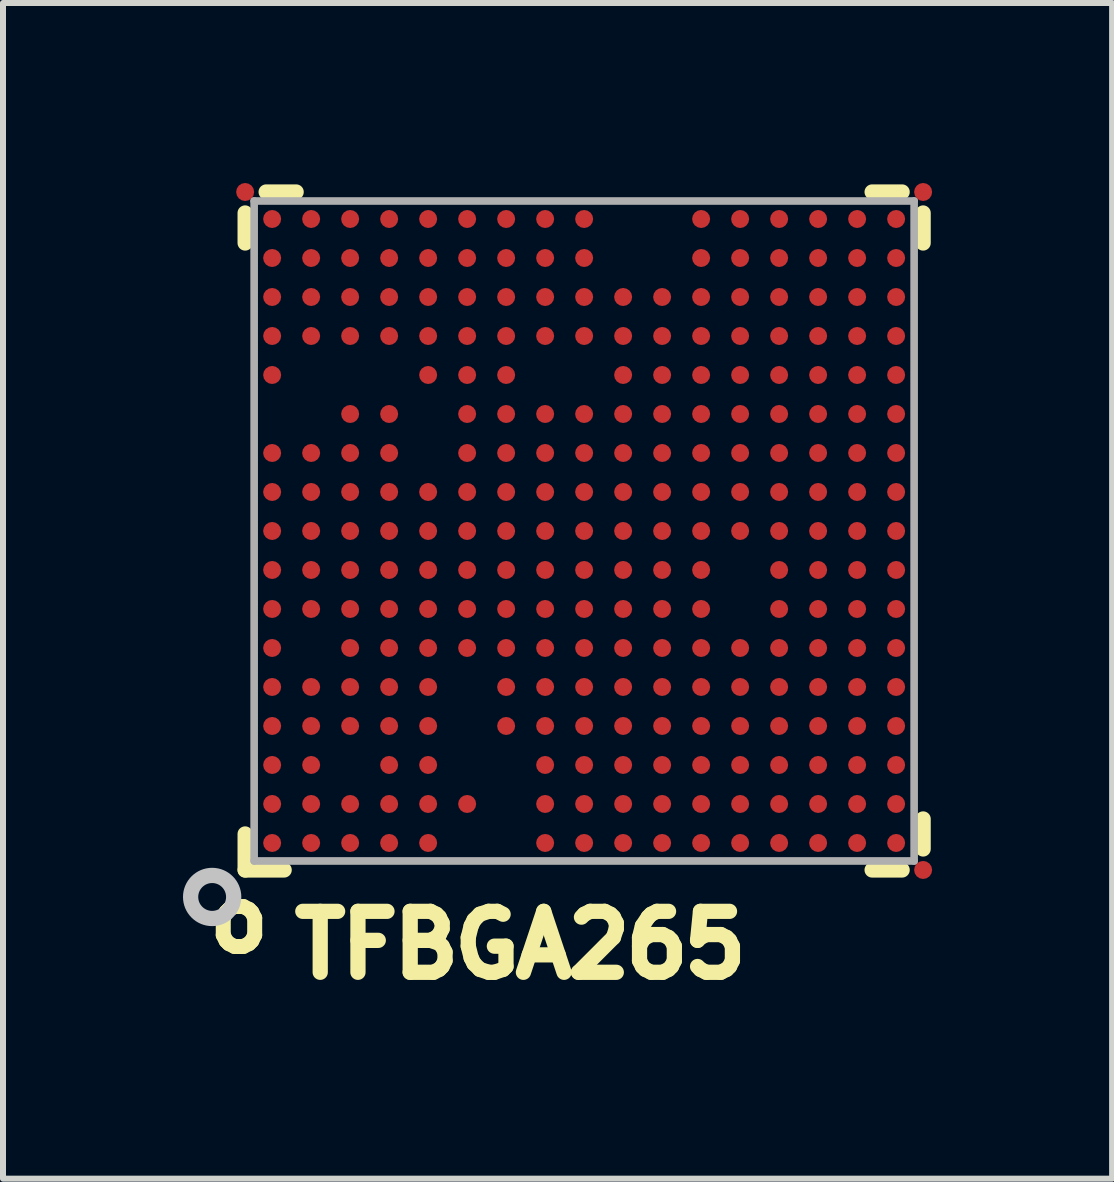
<source format=kicad_pcb>
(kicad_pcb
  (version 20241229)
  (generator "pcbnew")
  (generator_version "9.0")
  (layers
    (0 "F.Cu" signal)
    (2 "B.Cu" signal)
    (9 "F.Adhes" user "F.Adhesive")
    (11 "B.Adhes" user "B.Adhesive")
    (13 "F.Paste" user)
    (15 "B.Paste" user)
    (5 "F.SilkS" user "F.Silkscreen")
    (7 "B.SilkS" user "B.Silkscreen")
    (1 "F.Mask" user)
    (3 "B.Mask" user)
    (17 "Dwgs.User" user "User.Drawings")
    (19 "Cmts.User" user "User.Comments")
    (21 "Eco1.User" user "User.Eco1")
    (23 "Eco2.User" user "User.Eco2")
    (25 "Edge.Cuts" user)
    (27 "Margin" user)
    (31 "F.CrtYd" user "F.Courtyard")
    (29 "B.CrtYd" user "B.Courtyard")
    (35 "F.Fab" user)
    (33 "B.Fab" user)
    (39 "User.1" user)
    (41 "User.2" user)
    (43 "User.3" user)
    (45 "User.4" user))
  (footprint "TFBGA265"
    (layer "F.Cu")
    (at 6.686 5.8)
    (property "Reference" "TFBGA265" (at -4.953 7.493 180) (layer "F.SilkS") (effects (font (size 1.016 1.016) (thickness 0.254)) (justify left bottom)))
    (attr smd)
    (fp_line (start -5.65 -4.8) (end -5.65 -5.3) (stroke (width 0.254) (type solid)) (layer "F.SilkS"))
    (fp_line (start -5.65 5.05) (end -5.65 5.65) (stroke (width 0.254) (type solid)) (layer "F.SilkS"))
    (fp_line (start -5.3 -5.65) (end -4.8 -5.65) (stroke (width 0.254) (type solid)) (layer "F.SilkS"))
    (fp_line (start -5 5.65) (end -5.65 5.65) (stroke (width 0.254) (type solid)) (layer "F.SilkS"))
    (fp_line (start 4.8 -5.65) (end 5.3 -5.65) (stroke (width 0.254) (type solid)) (layer "F.SilkS"))
    (fp_line (start 5.3 5.65) (end 4.8 5.65) (stroke (width 0.254) (type solid)) (layer "F.SilkS"))
    (fp_line (start 5.65 -4.8) (end 5.65 -5.3) (stroke (width 0.254) (type solid)) (layer "F.SilkS"))
    (fp_line (start 5.65 5.3) (end 5.65 4.8) (stroke (width 0.254) (type solid)) (layer "F.SilkS"))
    (fp_circle (center -6.2 6.1) (end -5.841 6.1) (stroke (width 0.254) (type solid)) (fill no) (layer "Dwgs.User"))
    (fp_line (start -5.5 -5.5) (end -5.5 5.5) (stroke (width 0.127) (type solid)) (layer "F.Fab"))
    (fp_line (start -5.5 5.5) (end 5.5 5.5) (stroke (width 0.127) (type solid)) (layer "F.Fab"))
    (fp_line (start 5.5 -5.5) (end -5.5 -5.5) (stroke (width 0.127) (type solid)) (layer "F.Fab"))
    (fp_line (start 5.5 5.5) (end 5.5 -5.5) (stroke (width 0.127) (type solid)) (layer "F.Fab"))
    (fp_text user "o" (at -5.753 6.476 180) (layer "F.SilkS") (effects (font (size 1 1) (thickness 0.25))))
    (pad "" smd rect (at -5.2 -5.2 90) (size 0.33 0.33) (layers "F.Paste"))
    (pad "" smd rect (at -5.2 -4.55 90) (size 0.33 0.33) (layers "F.Paste"))
    (pad "" smd rect (at -5.2 -3.9 90) (size 0.33 0.33) (layers "F.Paste"))
    (pad "" smd rect (at -5.2 -3.25 90) (size 0.33 0.33) (layers "F.Paste"))
    (pad "" smd rect (at -5.2 -2.6 90) (size 0.33 0.33) (layers "F.Paste"))
    (pad "" smd rect (at -5.2 -1.3 90) (size 0.33 0.33) (layers "F.Paste"))
    (pad "" smd rect (at -5.2 -0.65 90) (size 0.33 0.33) (layers "F.Paste"))
    (pad "" smd rect (at -5.2 0 90) (size 0.33 0.33) (layers "F.Paste"))
    (pad "" smd rect (at -5.2 0.65 90) (size 0.33 0.33) (layers "F.Paste"))
    (pad "" smd rect (at -5.2 1.3 90) (size 0.33 0.33) (layers "F.Paste"))
    (pad "" smd rect (at -5.2 1.95 90) (size 0.33 0.33) (layers "F.Paste"))
    (pad "" smd rect (at -5.2 2.6 90) (size 0.33 0.33) (layers "F.Paste"))
    (pad "" smd rect (at -5.2 3.25 90) (size 0.33 0.33) (layers "F.Paste"))
    (pad "" smd rect (at -5.2 3.9 90) (size 0.33 0.33) (layers "F.Paste"))
    (pad "" smd rect (at -5.2 4.55 90) (size 0.33 0.33) (layers "F.Paste"))
    (pad "" smd rect (at -5.2 5.2 90) (size 0.33 0.33) (layers "F.Paste"))
    (pad "" smd rect (at -4.55 -5.2 90) (size 0.33 0.33) (layers "F.Paste"))
    (pad "" smd rect (at -4.55 -4.55 90) (size 0.33 0.33) (layers "F.Paste"))
    (pad "" smd rect (at -4.55 -3.9 90) (size 0.33 0.33) (layers "F.Paste"))
    (pad "" smd rect (at -4.55 -3.25 90) (size 0.33 0.33) (layers "F.Paste"))
    (pad "" smd rect (at -4.55 -1.3 90) (size 0.33 0.33) (layers "F.Paste"))
    (pad "" smd rect (at -4.55 -0.65 90) (size 0.33 0.33) (layers "F.Paste"))
    (pad "" smd rect (at -4.55 0 90) (size 0.33 0.33) (layers "F.Paste"))
    (pad "" smd rect (at -4.55 0.65 90) (size 0.33 0.33) (layers "F.Paste"))
    (pad "" smd rect (at -4.55 1.3 90) (size 0.33 0.33) (layers "F.Paste"))
    (pad "" smd rect (at -4.55 2.6 90) (size 0.33 0.33) (layers "F.Paste"))
    (pad "" smd rect (at -4.55 3.25 90) (size 0.33 0.33) (layers "F.Paste"))
    (pad "" smd rect (at -4.55 3.9 90) (size 0.33 0.33) (layers "F.Paste"))
    (pad "" smd rect (at -4.55 4.55 90) (size 0.33 0.33) (layers "F.Paste"))
    (pad "" smd rect (at -4.55 5.2 90) (size 0.33 0.33) (layers "F.Paste"))
    (pad "" smd rect (at -3.9 -5.2 90) (size 0.33 0.33) (layers "F.Paste"))
    (pad "" smd rect (at -3.9 -4.55 90) (size 0.33 0.33) (layers "F.Paste"))
    (pad "" smd rect (at -3.9 -3.9 90) (size 0.33 0.33) (layers "F.Paste"))
    (pad "" smd rect (at -3.9 -3.25 90) (size 0.33 0.33) (layers "F.Paste"))
    (pad "" smd rect (at -3.9 -1.95 90) (size 0.33 0.33) (layers "F.Paste"))
    (pad "" smd rect (at -3.9 -1.3 90) (size 0.33 0.33) (layers "F.Paste"))
    (pad "" smd rect (at -3.9 -0.65 90) (size 0.33 0.33) (layers "F.Paste"))
    (pad "" smd rect (at -3.9 0 90) (size 0.33 0.33) (layers "F.Paste"))
    (pad "" smd rect (at -3.9 0.65 90) (size 0.33 0.33) (layers "F.Paste"))
    (pad "" smd rect (at -3.9 1.3 90) (size 0.33 0.33) (layers "F.Paste"))
    (pad "" smd rect (at -3.9 1.95 90) (size 0.33 0.33) (layers "F.Paste"))
    (pad "" smd rect (at -3.9 2.6 90) (size 0.33 0.33) (layers "F.Paste"))
    (pad "" smd rect (at -3.9 3.25 90) (size 0.33 0.33) (layers "F.Paste"))
    (pad "" smd rect (at -3.9 4.55 90) (size 0.33 0.33) (layers "F.Paste"))
    (pad "" smd rect (at -3.9 5.2 90) (size 0.33 0.33) (layers "F.Paste"))
    (pad "" smd rect (at -3.25 -5.2 90) (size 0.33 0.33) (layers "F.Paste"))
    (pad "" smd rect (at -3.25 -4.55 90) (size 0.33 0.33) (layers "F.Paste"))
    (pad "" smd rect (at -3.25 -3.9 90) (size 0.33 0.33) (layers "F.Paste"))
    (pad "" smd rect (at -3.25 -3.25 90) (size 0.33 0.33) (layers "F.Paste"))
    (pad "" smd rect (at -3.25 -1.95 90) (size 0.33 0.33) (layers "F.Paste"))
    (pad "" smd rect (at -3.25 -1.3 90) (size 0.33 0.33) (layers "F.Paste"))
    (pad "" smd rect (at -3.25 -0.65 90) (size 0.33 0.33) (layers "F.Paste"))
    (pad "" smd rect (at -3.25 0 90) (size 0.33 0.33) (layers "F.Paste"))
    (pad "" smd rect (at -3.25 0.65 90) (size 0.33 0.33) (layers "F.Paste"))
    (pad "" smd rect (at -3.25 1.3 90) (size 0.33 0.33) (layers "F.Paste"))
    (pad "" smd rect (at -3.25 1.95 90) (size 0.33 0.33) (layers "F.Paste"))
    (pad "" smd rect (at -3.25 2.6 90) (size 0.33 0.33) (layers "F.Paste"))
    (pad "" smd rect (at -3.25 3.25 90) (size 0.33 0.33) (layers "F.Paste"))
    (pad "" smd rect (at -3.25 3.9 90) (size 0.33 0.33) (layers "F.Paste"))
    (pad "" smd rect (at -3.25 4.55 90) (size 0.33 0.33) (layers "F.Paste"))
    (pad "" smd rect (at -3.25 5.2 90) (size 0.33 0.33) (layers "F.Paste"))
    (pad "" smd rect (at -2.6 -5.2 90) (size 0.33 0.33) (layers "F.Paste"))
    (pad "" smd rect (at -2.6 -4.55 90) (size 0.33 0.33) (layers "F.Paste"))
    (pad "" smd rect (at -2.6 -3.9 90) (size 0.33 0.33) (layers "F.Paste"))
    (pad "" smd rect (at -2.6 -3.25 90) (size 0.33 0.33) (layers "F.Paste"))
    (pad "" smd rect (at -2.6 -2.6 90) (size 0.33 0.33) (layers "F.Paste"))
    (pad "" smd rect (at -2.6 -0.65 90) (size 0.33 0.33) (layers "F.Paste"))
    (pad "" smd rect (at -2.6 0 90) (size 0.33 0.33) (layers "F.Paste"))
    (pad "" smd rect (at -2.6 0.65 90) (size 0.33 0.33) (layers "F.Paste"))
    (pad "" smd rect (at -2.6 1.3 90) (size 0.33 0.33) (layers "F.Paste"))
    (pad "" smd rect (at -2.6 1.95 90) (size 0.33 0.33) (layers "F.Paste"))
    (pad "" smd rect (at -2.6 2.6 90) (size 0.33 0.33) (layers "F.Paste"))
    (pad "" smd rect (at -2.6 3.25 90) (size 0.33 0.33) (layers "F.Paste"))
    (pad "" smd rect (at -2.6 3.9 90) (size 0.33 0.33) (layers "F.Paste"))
    (pad "" smd rect (at -2.6 4.55 90) (size 0.33 0.33) (layers "F.Paste"))
    (pad "" smd rect (at -2.6 5.2 90) (size 0.33 0.33) (layers "F.Paste"))
    (pad "" smd rect (at -1.95 -5.2 90) (size 0.33 0.33) (layers "F.Paste"))
    (pad "" smd rect (at -1.95 -4.55 90) (size 0.33 0.33) (layers "F.Paste"))
    (pad "" smd rect (at -1.95 -3.9 90) (size 0.33 0.33) (layers "F.Paste"))
    (pad "" smd rect (at -1.95 -3.25 90) (size 0.33 0.33) (layers "F.Paste"))
    (pad "" smd rect (at -1.95 -2.6 90) (size 0.33 0.33) (layers "F.Paste"))
    (pad "" smd rect (at -1.95 -1.95 90) (size 0.33 0.33) (layers "F.Paste"))
    (pad "" smd rect (at -1.95 -1.3 90) (size 0.33 0.33) (layers "F.Paste"))
    (pad "" smd rect (at -1.95 -0.65 90) (size 0.33 0.33) (layers "F.Paste"))
    (pad "" smd rect (at -1.95 0 90) (size 0.33 0.33) (layers "F.Paste"))
    (pad "" smd rect (at -1.95 0.65 90) (size 0.33 0.33) (layers "F.Paste"))
    (pad "" smd rect (at -1.95 1.3 90) (size 0.33 0.33) (layers "F.Paste"))
    (pad "" smd rect (at -1.95 1.95 90) (size 0.33 0.33) (layers "F.Paste"))
    (pad "" smd rect (at -1.95 4.55 90) (size 0.33 0.33) (layers "F.Paste"))
    (pad "" smd rect (at -1.3 -5.2 90) (size 0.33 0.33) (layers "F.Paste"))
    (pad "" smd rect (at -1.3 -4.55 90) (size 0.33 0.33) (layers "F.Paste"))
    (pad "" smd rect (at -1.3 -3.9 90) (size 0.33 0.33) (layers "F.Paste"))
    (pad "" smd rect (at -1.3 -3.25 90) (size 0.33 0.33) (layers "F.Paste"))
    (pad "" smd rect (at -1.3 -2.6 90) (size 0.33 0.33) (layers "F.Paste"))
    (pad "" smd rect (at -1.3 -1.95 90) (size 0.33 0.33) (layers "F.Paste"))
    (pad "" smd rect (at -1.3 -1.3 90) (size 0.33 0.33) (layers "F.Paste"))
    (pad "" smd rect (at -1.3 -0.65 90) (size 0.33 0.33) (layers "F.Paste"))
    (pad "" smd rect (at -1.3 0 90) (size 0.33 0.33) (layers "F.Paste"))
    (pad "" smd rect (at -1.3 0.65 90) (size 0.33 0.33) (layers "F.Paste"))
    (pad "" smd rect (at -1.3 1.3 90) (size 0.33 0.33) (layers "F.Paste"))
    (pad "" smd rect (at -1.3 1.95 90) (size 0.33 0.33) (layers "F.Paste"))
    (pad "" smd rect (at -1.3 2.6 90) (size 0.33 0.33) (layers "F.Paste"))
    (pad "" smd rect (at -1.3 3.25 90) (size 0.33 0.33) (layers "F.Paste"))
    (pad "" smd rect (at -0.65 -5.2 90) (size 0.33 0.33) (layers "F.Paste"))
    (pad "" smd rect (at -0.65 -4.55 90) (size 0.33 0.33) (layers "F.Paste"))
    (pad "" smd rect (at -0.65 -3.9 90) (size 0.33 0.33) (layers "F.Paste"))
    (pad "" smd rect (at -0.65 -3.25 90) (size 0.33 0.33) (layers "F.Paste"))
    (pad "" smd rect (at -0.65 -1.95 90) (size 0.33 0.33) (layers "F.Paste"))
    (pad "" smd rect (at -0.65 -1.3 90) (size 0.33 0.33) (layers "F.Paste"))
    (pad "" smd rect (at -0.65 -0.65 90) (size 0.33 0.33) (layers "F.Paste"))
    (pad "" smd rect (at -0.65 0 90) (size 0.33 0.33) (layers "F.Paste"))
    (pad "" smd rect (at -0.65 0.65 90) (size 0.33 0.33) (layers "F.Paste"))
    (pad "" smd rect (at -0.65 1.3 90) (size 0.33 0.33) (layers "F.Paste"))
    (pad "" smd rect (at -0.65 1.95 90) (size 0.33 0.33) (layers "F.Paste"))
    (pad "" smd rect (at -0.65 2.6 90) (size 0.33 0.33) (layers "F.Paste"))
    (pad "" smd rect (at -0.65 3.25 90) (size 0.33 0.33) (layers "F.Paste"))
    (pad "" smd rect (at -0.65 3.9 90) (size 0.33 0.33) (layers "F.Paste"))
    (pad "" smd rect (at -0.65 4.55 90) (size 0.33 0.33) (layers "F.Paste"))
    (pad "" smd rect (at -0.65 5.2 90) (size 0.33 0.33) (layers "F.Paste"))
    (pad "" smd rect (at 0 -5.2 90) (size 0.33 0.33) (layers "F.Paste"))
    (pad "" smd rect (at 0 -4.55 90) (size 0.33 0.33) (layers "F.Paste"))
    (pad "" smd rect (at 0 -3.9 90) (size 0.33 0.33) (layers "F.Paste"))
    (pad "" smd rect (at 0 -3.25 90) (size 0.33 0.33) (layers "F.Paste"))
    (pad "" smd rect (at 0 -1.95 90) (size 0.33 0.33) (layers "F.Paste"))
    (pad "" smd rect (at 0 -1.3 90) (size 0.33 0.33) (layers "F.Paste"))
    (pad "" smd rect (at 0 -0.65 90) (size 0.33 0.33) (layers "F.Paste"))
    (pad "" smd rect (at 0 0 90) (size 0.33 0.33) (layers "F.Paste"))
    (pad "" smd rect (at 0 0.65 90) (size 0.33 0.33) (layers "F.Paste"))
    (pad "" smd rect (at 0 1.3 90) (size 0.33 0.33) (layers "F.Paste"))
    (pad "" smd rect (at 0 1.95 90) (size 0.33 0.33) (layers "F.Paste"))
    (pad "" smd rect (at 0 2.6 90) (size 0.33 0.33) (layers "F.Paste"))
    (pad "" smd rect (at 0 3.25 90) (size 0.33 0.33) (layers "F.Paste"))
    (pad "" smd rect (at 0 3.9 90) (size 0.33 0.33) (layers "F.Paste"))
    (pad "" smd rect (at 0 4.55 90) (size 0.33 0.33) (layers "F.Paste"))
    (pad "" smd rect (at 0 5.2 90) (size 0.33 0.33) (layers "F.Paste"))
    (pad "" smd rect (at 0.65 -3.9 90) (size 0.33 0.33) (layers "F.Paste"))
    (pad "" smd rect (at 0.65 -3.25 90) (size 0.33 0.33) (layers "F.Paste"))
    (pad "" smd rect (at 0.65 -2.6 90) (size 0.33 0.33) (layers "F.Paste"))
    (pad "" smd rect (at 0.65 -1.95 90) (size 0.33 0.33) (layers "F.Paste"))
    (pad "" smd rect (at 0.65 -1.3 90) (size 0.33 0.33) (layers "F.Paste"))
    (pad "" smd rect (at 0.65 -0.65 90) (size 0.33 0.33) (layers "F.Paste"))
    (pad "" smd rect (at 0.65 0 90) (size 0.33 0.33) (layers "F.Paste"))
    (pad "" smd rect (at 0.65 0.65 90) (size 0.33 0.33) (layers "F.Paste"))
    (pad "" smd rect (at 0.65 1.3 90) (size 0.33 0.33) (layers "F.Paste"))
    (pad "" smd rect (at 0.65 1.95 90) (size 0.33 0.33) (layers "F.Paste"))
    (pad "" smd rect (at 0.65 2.6 90) (size 0.33 0.33) (layers "F.Paste"))
    (pad "" smd rect (at 0.65 3.25 90) (size 0.33 0.33) (layers "F.Paste"))
    (pad "" smd rect (at 0.65 3.9 90) (size 0.33 0.33) (layers "F.Paste"))
    (pad "" smd rect (at 0.65 4.55 90) (size 0.33 0.33) (layers "F.Paste"))
    (pad "" smd rect (at 0.65 5.2 90) (size 0.33 0.33) (layers "F.Paste"))
    (pad "" smd rect (at 1.3 -3.9 90) (size 0.33 0.33) (layers "F.Paste"))
    (pad "" smd rect (at 1.3 -3.25 90) (size 0.33 0.33) (layers "F.Paste"))
    (pad "" smd rect (at 1.3 -2.6 90) (size 0.33 0.33) (layers "F.Paste"))
    (pad "" smd rect (at 1.3 -1.95 90) (size 0.33 0.33) (layers "F.Paste"))
    (pad "" smd rect (at 1.3 -1.3 90) (size 0.33 0.33) (layers "F.Paste"))
    (pad "" smd rect (at 1.3 -0.65 90) (size 0.33 0.33) (layers "F.Paste"))
    (pad "" smd rect (at 1.3 0 90) (size 0.33 0.33) (layers "F.Paste"))
    (pad "" smd rect (at 1.3 0.65 90) (size 0.33 0.33) (layers "F.Paste"))
    (pad "" smd rect (at 1.3 1.3 90) (size 0.33 0.33) (layers "F.Paste"))
    (pad "" smd rect (at 1.3 1.95 90) (size 0.33 0.33) (layers "F.Paste"))
    (pad "" smd rect (at 1.3 2.6 90) (size 0.33 0.33) (layers "F.Paste"))
    (pad "" smd rect (at 1.3 3.25 90) (size 0.33 0.33) (layers "F.Paste"))
    (pad "" smd rect (at 1.3 3.9 90) (size 0.33 0.33) (layers "F.Paste"))
    (pad "" smd rect (at 1.3 4.55 90) (size 0.33 0.33) (layers "F.Paste"))
    (pad "" smd rect (at 1.3 5.2 90) (size 0.33 0.33) (layers "F.Paste"))
    (pad "" smd rect (at 1.95 -5.2 90) (size 0.33 0.33) (layers "F.Paste"))
    (pad "" smd rect (at 1.95 -4.55 90) (size 0.33 0.33) (layers "F.Paste"))
    (pad "" smd rect (at 1.95 -3.9 90) (size 0.33 0.33) (layers "F.Paste"))
    (pad "" smd rect (at 1.95 -3.25 90) (size 0.33 0.33) (layers "F.Paste"))
    (pad "" smd rect (at 1.95 -2.6 90) (size 0.33 0.33) (layers "F.Paste"))
    (pad "" smd rect (at 1.95 -1.95 90) (size 0.33 0.33) (layers "F.Paste"))
    (pad "" smd rect (at 1.95 -1.3 90) (size 0.33 0.33) (layers "F.Paste"))
    (pad "" smd rect (at 1.95 -0.65 90) (size 0.33 0.33) (layers "F.Paste"))
    (pad "" smd rect (at 1.95 0 90) (size 0.33 0.33) (layers "F.Paste"))
    (pad "" smd rect (at 1.95 0.65 90) (size 0.33 0.33) (layers "F.Paste"))
    (pad "" smd rect (at 1.95 1.3 90) (size 0.33 0.33) (layers "F.Paste"))
    (pad "" smd rect (at 1.95 1.95 90) (size 0.33 0.33) (layers "F.Paste"))
    (pad "" smd rect (at 1.95 2.6 90) (size 0.33 0.33) (layers "F.Paste"))
    (pad "" smd rect (at 1.95 3.25 90) (size 0.33 0.33) (layers "F.Paste"))
    (pad "" smd rect (at 1.95 3.9 90) (size 0.33 0.33) (layers "F.Paste"))
    (pad "" smd rect (at 1.95 4.55 90) (size 0.33 0.33) (layers "F.Paste"))
    (pad "" smd rect (at 1.95 5.2 90) (size 0.33 0.33) (layers "F.Paste"))
    (pad "" smd rect (at 2.6 -5.2 90) (size 0.33 0.33) (layers "F.Paste"))
    (pad "" smd rect (at 2.6 -4.55 90) (size 0.33 0.33) (layers "F.Paste"))
    (pad "" smd rect (at 2.6 -3.9 90) (size 0.33 0.33) (layers "F.Paste"))
    (pad "" smd rect (at 2.6 -3.25 90) (size 0.33 0.33) (layers "F.Paste"))
    (pad "" smd rect (at 2.6 -2.6 90) (size 0.33 0.33) (layers "F.Paste"))
    (pad "" smd rect (at 2.6 -1.95 90) (size 0.33 0.33) (layers "F.Paste"))
    (pad "" smd rect (at 2.6 -1.3 90) (size 0.33 0.33) (layers "F.Paste"))
    (pad "" smd rect (at 2.6 -0.65 90) (size 0.33 0.33) (layers "F.Paste"))
    (pad "" smd rect (at 2.6 0 90) (size 0.33 0.33) (layers "F.Paste"))
    (pad "" smd rect (at 2.6 1.95 90) (size 0.33 0.33) (layers "F.Paste"))
    (pad "" smd rect (at 2.6 2.6 90) (size 0.33 0.33) (layers "F.Paste"))
    (pad "" smd rect (at 2.6 3.25 90) (size 0.33 0.33) (layers "F.Paste"))
    (pad "" smd rect (at 2.6 3.9 90) (size 0.33 0.33) (layers "F.Paste"))
    (pad "" smd rect (at 2.6 4.55 90) (size 0.33 0.33) (layers "F.Paste"))
    (pad "" smd rect (at 2.6 5.2 90) (size 0.33 0.33) (layers "F.Paste"))
    (pad "" smd rect (at 3.25 -5.2 90) (size 0.33 0.33) (layers "F.Paste"))
    (pad "" smd rect (at 3.25 -4.55 90) (size 0.33 0.33) (layers "F.Paste"))
    (pad "" smd rect (at 3.25 -3.9 90) (size 0.33 0.33) (layers "F.Paste"))
    (pad "" smd rect (at 3.25 -3.25 90) (size 0.33 0.33) (layers "F.Paste"))
    (pad "" smd rect (at 3.25 -2.6 90) (size 0.33 0.33) (layers "F.Paste"))
    (pad "" smd rect (at 3.25 -1.95 90) (size 0.33 0.33) (layers "F.Paste"))
    (pad "" smd rect (at 3.25 -1.3 90) (size 0.33 0.33) (layers "F.Paste"))
    (pad "" smd rect (at 3.25 -0.65 90) (size 0.33 0.33) (layers "F.Paste"))
    (pad "" smd rect (at 3.25 0 90) (size 0.33 0.33) (layers "F.Paste"))
    (pad "" smd rect (at 3.25 0.65 90) (size 0.33 0.33) (layers "F.Paste"))
    (pad "" smd rect (at 3.25 1.3 90) (size 0.33 0.33) (layers "F.Paste"))
    (pad "" smd rect (at 3.25 1.95 90) (size 0.33 0.33) (layers "F.Paste"))
    (pad "" smd rect (at 3.25 2.6 90) (size 0.33 0.33) (layers "F.Paste"))
    (pad "" smd rect (at 3.25 3.25 90) (size 0.33 0.33) (layers "F.Paste"))
    (pad "" smd rect (at 3.25 3.9 90) (size 0.33 0.33) (layers "F.Paste"))
    (pad "" smd rect (at 3.25 4.55 90) (size 0.33 0.33) (layers "F.Paste"))
    (pad "" smd rect (at 3.25 5.2 90) (size 0.33 0.33) (layers "F.Paste"))
    (pad "" smd rect (at 3.9 -5.2 90) (size 0.33 0.33) (layers "F.Paste"))
    (pad "" smd rect (at 3.9 -4.55 90) (size 0.33 0.33) (layers "F.Paste"))
    (pad "" smd rect (at 3.9 -3.9 90) (size 0.33 0.33) (layers "F.Paste"))
    (pad "" smd rect (at 3.9 -3.25 90) (size 0.33 0.33) (layers "F.Paste"))
    (pad "" smd rect (at 3.9 -2.6 90) (size 0.33 0.33) (layers "F.Paste"))
    (pad "" smd rect (at 3.9 -1.95 90) (size 0.33 0.33) (layers "F.Paste"))
    (pad "" smd rect (at 3.9 -1.3 90) (size 0.33 0.33) (layers "F.Paste"))
    (pad "" smd rect (at 3.9 -0.65 90) (size 0.33 0.33) (layers "F.Paste"))
    (pad "" smd rect (at 3.9 0 90) (size 0.33 0.33) (layers "F.Paste"))
    (pad "" smd rect (at 3.9 0.65 90) (size 0.33 0.33) (layers "F.Paste"))
    (pad "" smd rect (at 3.9 1.3 90) (size 0.33 0.33) (layers "F.Paste"))
    (pad "" smd rect (at 3.9 1.95 90) (size 0.33 0.33) (layers "F.Paste"))
    (pad "" smd rect (at 3.9 2.6 90) (size 0.33 0.33) (layers "F.Paste"))
    (pad "" smd rect (at 3.9 3.25 90) (size 0.33 0.33) (layers "F.Paste"))
    (pad "" smd rect (at 3.9 3.9 90) (size 0.33 0.33) (layers "F.Paste"))
    (pad "" smd rect (at 3.9 4.55 90) (size 0.33 0.33) (layers "F.Paste"))
    (pad "" smd rect (at 3.9 5.2 90) (size 0.33 0.33) (layers "F.Paste"))
    (pad "" smd rect (at 4.55 -5.2 90) (size 0.33 0.33) (layers "F.Paste"))
    (pad "" smd rect (at 4.55 -4.55 90) (size 0.33 0.33) (layers "F.Paste"))
    (pad "" smd rect (at 4.55 -3.9 90) (size 0.33 0.33) (layers "F.Paste"))
    (pad "" smd rect (at 4.55 -3.25 90) (size 0.33 0.33) (layers "F.Paste"))
    (pad "" smd rect (at 4.55 -2.6 90) (size 0.33 0.33) (layers "F.Paste"))
    (pad "" smd rect (at 4.55 -1.95 90) (size 0.33 0.33) (layers "F.Paste"))
    (pad "" smd rect (at 4.55 -1.3 90) (size 0.33 0.33) (layers "F.Paste"))
    (pad "" smd rect (at 4.55 -0.65 90) (size 0.33 0.33) (layers "F.Paste"))
    (pad "" smd rect (at 4.55 0 90) (size 0.33 0.33) (layers "F.Paste"))
    (pad "" smd rect (at 4.55 0.65 90) (size 0.33 0.33) (layers "F.Paste"))
    (pad "" smd rect (at 4.55 1.3 90) (size 0.33 0.33) (layers "F.Paste"))
    (pad "" smd rect (at 4.55 1.95 90) (size 0.33 0.33) (layers "F.Paste"))
    (pad "" smd rect (at 4.55 2.6 90) (size 0.33 0.33) (layers "F.Paste"))
    (pad "" smd rect (at 4.55 3.25 90) (size 0.33 0.33) (layers "F.Paste"))
    (pad "" smd rect (at 4.55 3.9 90) (size 0.33 0.33) (layers "F.Paste"))
    (pad "" smd rect (at 4.55 4.55 90) (size 0.33 0.33) (layers "F.Paste"))
    (pad "" smd rect (at 4.55 5.2 90) (size 0.33 0.33) (layers "F.Paste"))
    (pad "" smd rect (at 5.2 -5.2 90) (size 0.33 0.33) (layers "F.Paste"))
    (pad "" smd rect (at 5.2 -4.55 90) (size 0.33 0.33) (layers "F.Paste"))
    (pad "" smd rect (at 5.2 -3.9 90) (size 0.33 0.33) (layers "F.Paste"))
    (pad "" smd rect (at 5.2 -3.25 90) (size 0.33 0.33) (layers "F.Paste"))
    (pad "" smd rect (at 5.2 -2.6 90) (size 0.33 0.33) (layers "F.Paste"))
    (pad "" smd rect (at 5.2 -1.95 90) (size 0.33 0.33) (layers "F.Paste"))
    (pad "" smd rect (at 5.2 -1.3 90) (size 0.33 0.33) (layers "F.Paste"))
    (pad "" smd rect (at 5.2 -0.65 90) (size 0.33 0.33) (layers "F.Paste"))
    (pad "" smd rect (at 5.2 0 90) (size 0.33 0.33) (layers "F.Paste"))
    (pad "" smd rect (at 5.2 0.65 90) (size 0.33 0.33) (layers "F.Paste"))
    (pad "" smd rect (at 5.2 1.3 90) (size 0.33 0.33) (layers "F.Paste"))
    (pad "" smd rect (at 5.2 1.95 90) (size 0.33 0.33) (layers "F.Paste"))
    (pad "" smd rect (at 5.2 2.6 90) (size 0.33 0.33) (layers "F.Paste"))
    (pad "" smd rect (at 5.2 3.25 90) (size 0.33 0.33) (layers "F.Paste"))
    (pad "" smd rect (at 5.2 3.9 90) (size 0.33 0.33) (layers "F.Paste"))
    (pad "" smd rect (at 5.2 4.55 90) (size 0.33 0.33) (layers "F.Paste"))
    (pad "" smd rect (at 5.2 5.2 90) (size 0.33 0.33) (layers "F.Paste"))
    (pad "A1" smd roundrect (at -5.2 5.2 90) (size 0.3 0.3) (layers "F.Cu" "F.Mask") (roundrect_rratio 0.5))
    (pad "A2" smd roundrect (at -5.2 4.55 90) (size 0.3 0.3) (layers "F.Cu" "F.Mask") (roundrect_rratio 0.5))
    (pad "A3" smd roundrect (at -5.2 3.9 90) (size 0.3 0.3) (layers "F.Cu" "F.Mask") (roundrect_rratio 0.5))
    (pad "A4" smd roundrect (at -5.2 3.25 90) (size 0.3 0.3) (layers "F.Cu" "F.Mask") (roundrect_rratio 0.5))
    (pad "A5" smd roundrect (at -5.2 2.6 90) (size 0.3 0.3) (layers "F.Cu" "F.Mask") (roundrect_rratio 0.5))
    (pad "A6" smd roundrect (at -5.2 1.95 90) (size 0.3 0.3) (layers "F.Cu" "F.Mask") (roundrect_rratio 0.5))
    (pad "A7" smd roundrect (at -5.2 1.3 90) (size 0.3 0.3) (layers "F.Cu" "F.Mask") (roundrect_rratio 0.5))
    (pad "A8" smd roundrect (at -5.2 0.65 90) (size 0.3 0.3) (layers "F.Cu" "F.Mask") (roundrect_rratio 0.5))
    (pad "A9" smd roundrect (at -5.2 0 90) (size 0.3 0.3) (layers "F.Cu" "F.Mask") (roundrect_rratio 0.5))
    (pad "A10" smd roundrect (at -5.2 -0.65 90) (size 0.3 0.3) (layers "F.Cu" "F.Mask") (roundrect_rratio 0.5))
    (pad "A11" smd roundrect (at -5.2 -1.3 90) (size 0.3 0.3) (layers "F.Cu" "F.Mask") (roundrect_rratio 0.5))
    (pad "A13" smd roundrect (at -5.2 -2.6 90) (size 0.3 0.3) (layers "F.Cu" "F.Mask") (roundrect_rratio 0.5))
    (pad "A14" smd roundrect (at -5.2 -3.25 90) (size 0.3 0.3) (layers "F.Cu" "F.Mask") (roundrect_rratio 0.5))
    (pad "A15" smd roundrect (at -5.2 -3.9 90) (size 0.3 0.3) (layers "F.Cu" "F.Mask") (roundrect_rratio 0.5))
    (pad "A16" smd roundrect (at -5.2 -4.55 90) (size 0.3 0.3) (layers "F.Cu" "F.Mask") (roundrect_rratio 0.5))
    (pad "A17" smd roundrect (at -5.2 -5.2 90) (size 0.3 0.3) (layers "F.Cu" "F.Mask") (roundrect_rratio 0.5))
    (pad "B1" smd roundrect (at -4.55 5.2 90) (size 0.3 0.3) (layers "F.Cu" "F.Mask") (roundrect_rratio 0.5))
    (pad "B2" smd roundrect (at -4.55 4.55 90) (size 0.3 0.3) (layers "F.Cu" "F.Mask") (roundrect_rratio 0.5))
    (pad "B3" smd roundrect (at -4.55 3.9 90) (size 0.3 0.3) (layers "F.Cu" "F.Mask") (roundrect_rratio 0.5))
    (pad "B4" smd roundrect (at -4.55 3.25 90) (size 0.3 0.3) (layers "F.Cu" "F.Mask") (roundrect_rratio 0.5))
    (pad "B5" smd roundrect (at -4.55 2.6 90) (size 0.3 0.3) (layers "F.Cu" "F.Mask") (roundrect_rratio 0.5))
    (pad "B7" smd roundrect (at -4.55 1.3 90) (size 0.3 0.3) (layers "F.Cu" "F.Mask") (roundrect_rratio 0.5))
    (pad "B8" smd roundrect (at -4.55 0.65 90) (size 0.3 0.3) (layers "F.Cu" "F.Mask") (roundrect_rratio 0.5))
    (pad "B9" smd roundrect (at -4.55 0 90) (size 0.3 0.3) (layers "F.Cu" "F.Mask") (roundrect_rratio 0.5))
    (pad "B10" smd roundrect (at -4.55 -0.65 90) (size 0.3 0.3) (layers "F.Cu" "F.Mask") (roundrect_rratio 0.5))
    (pad "B11" smd roundrect (at -4.55 -1.3 90) (size 0.3 0.3) (layers "F.Cu" "F.Mask") (roundrect_rratio 0.5))
    (pad "B14" smd roundrect (at -4.55 -3.25 90) (size 0.3 0.3) (layers "F.Cu" "F.Mask") (roundrect_rratio 0.5))
    (pad "B15" smd roundrect (at -4.55 -3.9 90) (size 0.3 0.3) (layers "F.Cu" "F.Mask") (roundrect_rratio 0.5))
    (pad "B16" smd roundrect (at -4.55 -4.55 90) (size 0.3 0.3) (layers "F.Cu" "F.Mask") (roundrect_rratio 0.5))
    (pad "B17" smd roundrect (at -4.55 -5.2 90) (size 0.3 0.3) (layers "F.Cu" "F.Mask") (roundrect_rratio 0.5))
    (pad "C1" smd roundrect (at -3.9 5.2 90) (size 0.3 0.3) (layers "F.Cu" "F.Mask") (roundrect_rratio 0.5))
    (pad "C2" smd roundrect (at -3.9 4.55 90) (size 0.3 0.3) (layers "F.Cu" "F.Mask") (roundrect_rratio 0.5))
    (pad "C4" smd roundrect (at -3.9 3.25 90) (size 0.3 0.3) (layers "F.Cu" "F.Mask") (roundrect_rratio 0.5))
    (pad "C5" smd roundrect (at -3.9 2.6 90) (size 0.3 0.3) (layers "F.Cu" "F.Mask") (roundrect_rratio 0.5))
    (pad "C6" smd roundrect (at -3.9 1.95 90) (size 0.3 0.3) (layers "F.Cu" "F.Mask") (roundrect_rratio 0.5))
    (pad "C7" smd roundrect (at -3.9 1.3 90) (size 0.3 0.3) (layers "F.Cu" "F.Mask") (roundrect_rratio 0.5))
    (pad "C8" smd roundrect (at -3.9 0.65 90) (size 0.3 0.3) (layers "F.Cu" "F.Mask") (roundrect_rratio 0.5))
    (pad "C9" smd roundrect (at -3.9 0 90) (size 0.3 0.3) (layers "F.Cu" "F.Mask") (roundrect_rratio 0.5))
    (pad "C10" smd roundrect (at -3.9 -0.65 90) (size 0.3 0.3) (layers "F.Cu" "F.Mask") (roundrect_rratio 0.5))
    (pad "C11" smd roundrect (at -3.9 -1.3 90) (size 0.3 0.3) (layers "F.Cu" "F.Mask") (roundrect_rratio 0.5))
    (pad "C12" smd roundrect (at -3.9 -1.95 90) (size 0.3 0.3) (layers "F.Cu" "F.Mask") (roundrect_rratio 0.5))
    (pad "C14" smd roundrect (at -3.9 -3.25 90) (size 0.3 0.3) (layers "F.Cu" "F.Mask") (roundrect_rratio 0.5))
    (pad "C15" smd roundrect (at -3.9 -3.9 90) (size 0.3 0.3) (layers "F.Cu" "F.Mask") (roundrect_rratio 0.5))
    (pad "C16" smd roundrect (at -3.9 -4.55 90) (size 0.3 0.3) (layers "F.Cu" "F.Mask") (roundrect_rratio 0.5))
    (pad "C17" smd roundrect (at -3.9 -5.2 90) (size 0.3 0.3) (layers "F.Cu" "F.Mask") (roundrect_rratio 0.5))
    (pad "D1" smd roundrect (at -3.25 5.2 90) (size 0.3 0.3) (layers "F.Cu" "F.Mask") (roundrect_rratio 0.5))
    (pad "D2" smd roundrect (at -3.25 4.55 90) (size 0.3 0.3) (layers "F.Cu" "F.Mask") (roundrect_rratio 0.5))
    (pad "D3" smd roundrect (at -3.25 3.9 90) (size 0.3 0.3) (layers "F.Cu" "F.Mask") (roundrect_rratio 0.5))
    (pad "D4" smd roundrect (at -3.25 3.25 90) (size 0.3 0.3) (layers "F.Cu" "F.Mask") (roundrect_rratio 0.5))
    (pad "D5" smd roundrect (at -3.25 2.6 90) (size 0.3 0.3) (layers "F.Cu" "F.Mask") (roundrect_rratio 0.5))
    (pad "D6" smd roundrect (at -3.25 1.95 90) (size 0.3 0.3) (layers "F.Cu" "F.Mask") (roundrect_rratio 0.5))
    (pad "D7" smd roundrect (at -3.25 1.3 90) (size 0.3 0.3) (layers "F.Cu" "F.Mask") (roundrect_rratio 0.5))
    (pad "D8" smd roundrect (at -3.25 0.65 90) (size 0.3 0.3) (layers "F.Cu" "F.Mask") (roundrect_rratio 0.5))
    (pad "D9" smd roundrect (at -3.25 0 90) (size 0.3 0.3) (layers "F.Cu" "F.Mask") (roundrect_rratio 0.5))
    (pad "D10" smd roundrect (at -3.25 -0.65 90) (size 0.3 0.3) (layers "F.Cu" "F.Mask") (roundrect_rratio 0.5))
    (pad "D11" smd roundrect (at -3.25 -1.3 90) (size 0.3 0.3) (layers "F.Cu" "F.Mask") (roundrect_rratio 0.5))
    (pad "D12" smd roundrect (at -3.25 -1.95 90) (size 0.3 0.3) (layers "F.Cu" "F.Mask") (roundrect_rratio 0.5))
    (pad "D14" smd roundrect (at -3.25 -3.25 90) (size 0.3 0.3) (layers "F.Cu" "F.Mask") (roundrect_rratio 0.5))
    (pad "D15" smd roundrect (at -3.25 -3.9 90) (size 0.3 0.3) (layers "F.Cu" "F.Mask") (roundrect_rratio 0.5))
    (pad "D16" smd roundrect (at -3.25 -4.55 90) (size 0.3 0.3) (layers "F.Cu" "F.Mask") (roundrect_rratio 0.5))
    (pad "D17" smd roundrect (at -3.25 -5.2 90) (size 0.3 0.3) (layers "F.Cu" "F.Mask") (roundrect_rratio 0.5))
    (pad "E1" smd roundrect (at -2.6 5.2 90) (size 0.3 0.3) (layers "F.Cu" "F.Mask") (roundrect_rratio 0.5))
    (pad "E2" smd roundrect (at -2.6 4.55 90) (size 0.3 0.3) (layers "F.Cu" "F.Mask") (roundrect_rratio 0.5))
    (pad "E3" smd roundrect (at -2.6 3.9 90) (size 0.3 0.3) (layers "F.Cu" "F.Mask") (roundrect_rratio 0.5))
    (pad "E4" smd roundrect (at -2.6 3.25 90) (size 0.3 0.3) (layers "F.Cu" "F.Mask") (roundrect_rratio 0.5))
    (pad "E5" smd roundrect (at -2.6 2.6 90) (size 0.3 0.3) (layers "F.Cu" "F.Mask") (roundrect_rratio 0.5))
    (pad "E6" smd roundrect (at -2.6 1.95 90) (size 0.3 0.3) (layers "F.Cu" "F.Mask") (roundrect_rratio 0.5))
    (pad "E7" smd roundrect (at -2.6 1.3 90) (size 0.3 0.3) (layers "F.Cu" "F.Mask") (roundrect_rratio 0.5))
    (pad "E8" smd roundrect (at -2.6 0.65 90) (size 0.3 0.3) (layers "F.Cu" "F.Mask") (roundrect_rratio 0.5))
    (pad "E9" smd roundrect (at -2.6 0 90) (size 0.3 0.3) (layers "F.Cu" "F.Mask") (roundrect_rratio 0.5))
    (pad "E10" smd roundrect (at -2.6 -0.65 90) (size 0.3 0.3) (layers "F.Cu" "F.Mask") (roundrect_rratio 0.5))
    (pad "E13" smd roundrect (at -2.6 -2.6 90) (size 0.3 0.3) (layers "F.Cu" "F.Mask") (roundrect_rratio 0.5))
    (pad "E14" smd roundrect (at -2.6 -3.25 90) (size 0.3 0.3) (layers "F.Cu" "F.Mask") (roundrect_rratio 0.5))
    (pad "E15" smd roundrect (at -2.6 -3.9 90) (size 0.3 0.3) (layers "F.Cu" "F.Mask") (roundrect_rratio 0.5))
    (pad "E16" smd roundrect (at -2.6 -4.55 90) (size 0.3 0.3) (layers "F.Cu" "F.Mask") (roundrect_rratio 0.5))
    (pad "E17" smd roundrect (at -2.6 -5.2 90) (size 0.3 0.3) (layers "F.Cu" "F.Mask") (roundrect_rratio 0.5))
    (pad "F2" smd roundrect (at -1.95 4.55 90) (size 0.3 0.3) (layers "F.Cu" "F.Mask") (roundrect_rratio 0.5))
    (pad "F6" smd roundrect (at -1.95 1.95 90) (size 0.3 0.3) (layers "F.Cu" "F.Mask") (roundrect_rratio 0.5))
    (pad "F7" smd roundrect (at -1.95 1.3 90) (size 0.3 0.3) (layers "F.Cu" "F.Mask") (roundrect_rratio 0.5))
    (pad "F8" smd roundrect (at -1.95 0.65 90) (size 0.3 0.3) (layers "F.Cu" "F.Mask") (roundrect_rratio 0.5))
    (pad "F9" smd roundrect (at -1.95 0 90) (size 0.3 0.3) (layers "F.Cu" "F.Mask") (roundrect_rratio 0.5))
    (pad "F10" smd roundrect (at -1.95 -0.65 90) (size 0.3 0.3) (layers "F.Cu" "F.Mask") (roundrect_rratio 0.5))
    (pad "F11" smd roundrect (at -1.95 -1.3 90) (size 0.3 0.3) (layers "F.Cu" "F.Mask") (roundrect_rratio 0.5))
    (pad "F12" smd roundrect (at -1.95 -1.95 90) (size 0.3 0.3) (layers "F.Cu" "F.Mask") (roundrect_rratio 0.5))
    (pad "F13" smd roundrect (at -1.95 -2.6 90) (size 0.3 0.3) (layers "F.Cu" "F.Mask") (roundrect_rratio 0.5))
    (pad "F14" smd roundrect (at -1.95 -3.25 90) (size 0.3 0.3) (layers "F.Cu" "F.Mask") (roundrect_rratio 0.5))
    (pad "F15" smd roundrect (at -1.95 -3.9 90) (size 0.3 0.3) (layers "F.Cu" "F.Mask") (roundrect_rratio 0.5))
    (pad "F16" smd roundrect (at -1.95 -4.55 90) (size 0.3 0.3) (layers "F.Cu" "F.Mask") (roundrect_rratio 0.5))
    (pad "F17" smd roundrect (at -1.95 -5.2 90) (size 0.3 0.3) (layers "F.Cu" "F.Mask") (roundrect_rratio 0.5))
    (pad "FID1" smd roundrect (at 5.65 -5.65 90) (size 0.3 0.3) (layers "F.Cu" "F.Mask") (roundrect_rratio 0.5))
    (pad "FID2" smd roundrect (at 5.65 5.65 90) (size 0.3 0.3) (layers "F.Cu" "F.Mask") (roundrect_rratio 0.5))
    (pad "FID3" smd roundrect (at -5.65 -5.65 90) (size 0.3 0.3) (layers "F.Cu" "F.Mask") (roundrect_rratio 0.5))
    (pad "G4" smd roundrect (at -1.3 3.25 90) (size 0.3 0.3) (layers "F.Cu" "F.Mask") (roundrect_rratio 0.5))
    (pad "G5" smd roundrect (at -1.3 2.6 90) (size 0.3 0.3) (layers "F.Cu" "F.Mask") (roundrect_rratio 0.5))
    (pad "G6" smd roundrect (at -1.3 1.95 90) (size 0.3 0.3) (layers "F.Cu" "F.Mask") (roundrect_rratio 0.5))
    (pad "G7" smd roundrect (at -1.3 1.3 90) (size 0.3 0.3) (layers "F.Cu" "F.Mask") (roundrect_rratio 0.5))
    (pad "G8" smd roundrect (at -1.3 0.65 90) (size 0.3 0.3) (layers "F.Cu" "F.Mask") (roundrect_rratio 0.5))
    (pad "G9" smd roundrect (at -1.3 0 90) (size 0.3 0.3) (layers "F.Cu" "F.Mask") (roundrect_rratio 0.5))
    (pad "G10" smd roundrect (at -1.3 -0.65 90) (size 0.3 0.3) (layers "F.Cu" "F.Mask") (roundrect_rratio 0.5))
    (pad "G11" smd roundrect (at -1.3 -1.3 90) (size 0.3 0.3) (layers "F.Cu" "F.Mask") (roundrect_rratio 0.5))
    (pad "G12" smd roundrect (at -1.3 -1.95 90) (size 0.3 0.3) (layers "F.Cu" "F.Mask") (roundrect_rratio 0.5))
    (pad "G13" smd roundrect (at -1.3 -2.6 90) (size 0.3 0.3) (layers "F.Cu" "F.Mask") (roundrect_rratio 0.5))
    (pad "G14" smd roundrect (at -1.3 -3.25 90) (size 0.3 0.3) (layers "F.Cu" "F.Mask") (roundrect_rratio 0.5))
    (pad "G15" smd roundrect (at -1.3 -3.9 90) (size 0.3 0.3) (layers "F.Cu" "F.Mask") (roundrect_rratio 0.5))
    (pad "G16" smd roundrect (at -1.3 -4.55 90) (size 0.3 0.3) (layers "F.Cu" "F.Mask") (roundrect_rratio 0.5))
    (pad "G17" smd roundrect (at -1.3 -5.2 90) (size 0.3 0.3) (layers "F.Cu" "F.Mask") (roundrect_rratio 0.5))
    (pad "H1" smd roundrect (at -0.65 5.2 90) (size 0.3 0.3) (layers "F.Cu" "F.Mask") (roundrect_rratio 0.5))
    (pad "H2" smd roundrect (at -0.65 4.55 90) (size 0.3 0.3) (layers "F.Cu" "F.Mask") (roundrect_rratio 0.5))
    (pad "H3" smd roundrect (at -0.65 3.9 90) (size 0.3 0.3) (layers "F.Cu" "F.Mask") (roundrect_rratio 0.5))
    (pad "H4" smd roundrect (at -0.65 3.25 90) (size 0.3 0.3) (layers "F.Cu" "F.Mask") (roundrect_rratio 0.5))
    (pad "H5" smd roundrect (at -0.65 2.6 90) (size 0.3 0.3) (layers "F.Cu" "F.Mask") (roundrect_rratio 0.5))
    (pad "H6" smd roundrect (at -0.65 1.95 90) (size 0.3 0.3) (layers "F.Cu" "F.Mask") (roundrect_rratio 0.5))
    (pad "H7" smd roundrect (at -0.65 1.3 90) (size 0.3 0.3) (layers "F.Cu" "F.Mask") (roundrect_rratio 0.5))
    (pad "H8" smd roundrect (at -0.65 0.65 90) (size 0.3 0.3) (layers "F.Cu" "F.Mask") (roundrect_rratio 0.5))
    (pad "H9" smd roundrect (at -0.65 0 90) (size 0.3 0.3) (layers "F.Cu" "F.Mask") (roundrect_rratio 0.5))
    (pad "H10" smd roundrect (at -0.65 -0.65 90) (size 0.3 0.3) (layers "F.Cu" "F.Mask") (roundrect_rratio 0.5))
    (pad "H11" smd roundrect (at -0.65 -1.3 90) (size 0.3 0.3) (layers "F.Cu" "F.Mask") (roundrect_rratio 0.5))
    (pad "H12" smd roundrect (at -0.65 -1.95 90) (size 0.3 0.3) (layers "F.Cu" "F.Mask") (roundrect_rratio 0.5))
    (pad "H14" smd roundrect (at -0.65 -3.25 90) (size 0.3 0.3) (layers "F.Cu" "F.Mask") (roundrect_rratio 0.5))
    (pad "H15" smd roundrect (at -0.65 -3.9 90) (size 0.3 0.3) (layers "F.Cu" "F.Mask") (roundrect_rratio 0.5))
    (pad "H16" smd roundrect (at -0.65 -4.55 90) (size 0.3 0.3) (layers "F.Cu" "F.Mask") (roundrect_rratio 0.5))
    (pad "H17" smd roundrect (at -0.65 -5.2 90) (size 0.3 0.3) (layers "F.Cu" "F.Mask") (roundrect_rratio 0.5))
    (pad "J1" smd roundrect (at 0 5.2 90) (size 0.3 0.3) (layers "F.Cu" "F.Mask") (roundrect_rratio 0.5))
    (pad "J2" smd roundrect (at 0 4.55 90) (size 0.3 0.3) (layers "F.Cu" "F.Mask") (roundrect_rratio 0.5))
    (pad "J3" smd roundrect (at 0 3.9 90) (size 0.3 0.3) (layers "F.Cu" "F.Mask") (roundrect_rratio 0.5))
    (pad "J4" smd roundrect (at 0 3.25 90) (size 0.3 0.3) (layers "F.Cu" "F.Mask") (roundrect_rratio 0.5))
    (pad "J5" smd roundrect (at 0 2.6 90) (size 0.3 0.3) (layers "F.Cu" "F.Mask") (roundrect_rratio 0.5))
    (pad "J6" smd roundrect (at 0 1.95 90) (size 0.3 0.3) (layers "F.Cu" "F.Mask") (roundrect_rratio 0.5))
    (pad "J7" smd roundrect (at 0 1.3 90) (size 0.3 0.3) (layers "F.Cu" "F.Mask") (roundrect_rratio 0.5))
    (pad "J8" smd roundrect (at 0 0.65 90) (size 0.3 0.3) (layers "F.Cu" "F.Mask") (roundrect_rratio 0.5))
    (pad "J9" smd roundrect (at 0 0 90) (size 0.3 0.3) (layers "F.Cu" "F.Mask") (roundrect_rratio 0.5))
    (pad "J10" smd roundrect (at 0 -0.65 90) (size 0.3 0.3) (layers "F.Cu" "F.Mask") (roundrect_rratio 0.5))
    (pad "J11" smd roundrect (at 0 -1.3 90) (size 0.3 0.3) (layers "F.Cu" "F.Mask") (roundrect_rratio 0.5))
    (pad "J12" smd roundrect (at 0 -1.95 90) (size 0.3 0.3) (layers "F.Cu" "F.Mask") (roundrect_rratio 0.5))
    (pad "J14" smd roundrect (at 0 -3.25 90) (size 0.3 0.3) (layers "F.Cu" "F.Mask") (roundrect_rratio 0.5))
    (pad "J15" smd roundrect (at 0 -3.9 90) (size 0.3 0.3) (layers "F.Cu" "F.Mask") (roundrect_rratio 0.5))
    (pad "J16" smd roundrect (at 0 -4.55 90) (size 0.3 0.3) (layers "F.Cu" "F.Mask") (roundrect_rratio 0.5))
    (pad "J17" smd roundrect (at 0 -5.2 90) (size 0.3 0.3) (layers "F.Cu" "F.Mask") (roundrect_rratio 0.5))
    (pad "K1" smd roundrect (at 0.65 5.2 90) (size 0.3 0.3) (layers "F.Cu" "F.Mask") (roundrect_rratio 0.5))
    (pad "K2" smd roundrect (at 0.65 4.55 90) (size 0.3 0.3) (layers "F.Cu" "F.Mask") (roundrect_rratio 0.5))
    (pad "K3" smd roundrect (at 0.65 3.9 90) (size 0.3 0.3) (layers "F.Cu" "F.Mask") (roundrect_rratio 0.5))
    (pad "K4" smd roundrect (at 0.65 3.25 90) (size 0.3 0.3) (layers "F.Cu" "F.Mask") (roundrect_rratio 0.5))
    (pad "K5" smd roundrect (at 0.65 2.6 90) (size 0.3 0.3) (layers "F.Cu" "F.Mask") (roundrect_rratio 0.5))
    (pad "K6" smd roundrect (at 0.65 1.95 90) (size 0.3 0.3) (layers "F.Cu" "F.Mask") (roundrect_rratio 0.5))
    (pad "K7" smd roundrect (at 0.65 1.3 90) (size 0.3 0.3) (layers "F.Cu" "F.Mask") (roundrect_rratio 0.5))
    (pad "K8" smd roundrect (at 0.65 0.65 90) (size 0.3 0.3) (layers "F.Cu" "F.Mask") (roundrect_rratio 0.5))
    (pad "K9" smd roundrect (at 0.65 0 90) (size 0.3 0.3) (layers "F.Cu" "F.Mask") (roundrect_rratio 0.5))
    (pad "K10" smd roundrect (at 0.65 -0.65 90) (size 0.3 0.3) (layers "F.Cu" "F.Mask") (roundrect_rratio 0.5))
    (pad "K11" smd roundrect (at 0.65 -1.3 90) (size 0.3 0.3) (layers "F.Cu" "F.Mask") (roundrect_rratio 0.5))
    (pad "K12" smd roundrect (at 0.65 -1.95 90) (size 0.3 0.3) (layers "F.Cu" "F.Mask") (roundrect_rratio 0.5))
    (pad "K13" smd roundrect (at 0.65 -2.6 90) (size 0.3 0.3) (layers "F.Cu" "F.Mask") (roundrect_rratio 0.5))
    (pad "K14" smd roundrect (at 0.65 -3.25 90) (size 0.3 0.3) (layers "F.Cu" "F.Mask") (roundrect_rratio 0.5))
    (pad "K15" smd roundrect (at 0.65 -3.9 90) (size 0.3 0.3) (layers "F.Cu" "F.Mask") (roundrect_rratio 0.5))
    (pad "L1" smd roundrect (at 1.3 5.2 90) (size 0.3 0.3) (layers "F.Cu" "F.Mask") (roundrect_rratio 0.5))
    (pad "L2" smd roundrect (at 1.3 4.55 90) (size 0.3 0.3) (layers "F.Cu" "F.Mask") (roundrect_rratio 0.5))
    (pad "L3" smd roundrect (at 1.3 3.9 90) (size 0.3 0.3) (layers "F.Cu" "F.Mask") (roundrect_rratio 0.5))
    (pad "L4" smd roundrect (at 1.3 3.25 90) (size 0.3 0.3) (layers "F.Cu" "F.Mask") (roundrect_rratio 0.5))
    (pad "L5" smd roundrect (at 1.3 2.6 90) (size 0.3 0.3) (layers "F.Cu" "F.Mask") (roundrect_rratio 0.5))
    (pad "L6" smd roundrect (at 1.3 1.95 90) (size 0.3 0.3) (layers "F.Cu" "F.Mask") (roundrect_rratio 0.5))
    (pad "L7" smd roundrect (at 1.3 1.3 90) (size 0.3 0.3) (layers "F.Cu" "F.Mask") (roundrect_rratio 0.5))
    (pad "L8" smd roundrect (at 1.3 0.65 90) (size 0.3 0.3) (layers "F.Cu" "F.Mask") (roundrect_rratio 0.5))
    (pad "L9" smd roundrect (at 1.3 0 90) (size 0.3 0.3) (layers "F.Cu" "F.Mask") (roundrect_rratio 0.5))
    (pad "L10" smd roundrect (at 1.3 -0.65 90) (size 0.3 0.3) (layers "F.Cu" "F.Mask") (roundrect_rratio 0.5))
    (pad "L11" smd roundrect (at 1.3 -1.3 90) (size 0.3 0.3) (layers "F.Cu" "F.Mask") (roundrect_rratio 0.5))
    (pad "L12" smd roundrect (at 1.3 -1.95 90) (size 0.3 0.3) (layers "F.Cu" "F.Mask") (roundrect_rratio 0.5))
    (pad "L13" smd roundrect (at 1.3 -2.6 90) (size 0.3 0.3) (layers "F.Cu" "F.Mask") (roundrect_rratio 0.5))
    (pad "L14" smd roundrect (at 1.3 -3.25 90) (size 0.3 0.3) (layers "F.Cu" "F.Mask") (roundrect_rratio 0.5))
    (pad "L15" smd roundrect (at 1.3 -3.9 90) (size 0.3 0.3) (layers "F.Cu" "F.Mask") (roundrect_rratio 0.5))
    (pad "M1" smd roundrect (at 1.95 5.2 90) (size 0.3 0.3) (layers "F.Cu" "F.Mask") (roundrect_rratio 0.5))
    (pad "M2" smd roundrect (at 1.95 4.55 90) (size 0.3 0.3) (layers "F.Cu" "F.Mask") (roundrect_rratio 0.5))
    (pad "M3" smd roundrect (at 1.95 3.9 90) (size 0.3 0.3) (layers "F.Cu" "F.Mask") (roundrect_rratio 0.5))
    (pad "M4" smd roundrect (at 1.95 3.25 90) (size 0.3 0.3) (layers "F.Cu" "F.Mask") (roundrect_rratio 0.5))
    (pad "M5" smd roundrect (at 1.95 2.6 90) (size 0.3 0.3) (layers "F.Cu" "F.Mask") (roundrect_rratio 0.5))
    (pad "M6" smd roundrect (at 1.95 1.95 90) (size 0.3 0.3) (layers "F.Cu" "F.Mask") (roundrect_rratio 0.5))
    (pad "M7" smd roundrect (at 1.95 1.3 90) (size 0.3 0.3) (layers "F.Cu" "F.Mask") (roundrect_rratio 0.5))
    (pad "M8" smd roundrect (at 1.95 0.65 90) (size 0.3 0.3) (layers "F.Cu" "F.Mask") (roundrect_rratio 0.5))
    (pad "M9" smd roundrect (at 1.95 0 90) (size 0.3 0.3) (layers "F.Cu" "F.Mask") (roundrect_rratio 0.5))
    (pad "M10" smd roundrect (at 1.95 -0.65 90) (size 0.3 0.3) (layers "F.Cu" "F.Mask") (roundrect_rratio 0.5))
    (pad "M11" smd roundrect (at 1.95 -1.3 90) (size 0.3 0.3) (layers "F.Cu" "F.Mask") (roundrect_rratio 0.5))
    (pad "M12" smd roundrect (at 1.95 -1.95 90) (size 0.3 0.3) (layers "F.Cu" "F.Mask") (roundrect_rratio 0.5))
    (pad "M13" smd roundrect (at 1.95 -2.6 90) (size 0.3 0.3) (layers "F.Cu" "F.Mask") (roundrect_rratio 0.5))
    (pad "M14" smd roundrect (at 1.95 -3.25 90) (size 0.3 0.3) (layers "F.Cu" "F.Mask") (roundrect_rratio 0.5))
    (pad "M15" smd roundrect (at 1.95 -3.9 90) (size 0.3 0.3) (layers "F.Cu" "F.Mask") (roundrect_rratio 0.5))
    (pad "M16" smd roundrect (at 1.95 -4.55 90) (size 0.3 0.3) (layers "F.Cu" "F.Mask") (roundrect_rratio 0.5))
    (pad "M17" smd roundrect (at 1.95 -5.2 90) (size 0.3 0.3) (layers "F.Cu" "F.Mask") (roundrect_rratio 0.5))
    (pad "N1" smd roundrect (at 2.6 5.2 90) (size 0.3 0.3) (layers "F.Cu" "F.Mask") (roundrect_rratio 0.5))
    (pad "N2" smd roundrect (at 2.6 4.55 90) (size 0.3 0.3) (layers "F.Cu" "F.Mask") (roundrect_rratio 0.5))
    (pad "N3" smd roundrect (at 2.6 3.9 90) (size 0.3 0.3) (layers "F.Cu" "F.Mask") (roundrect_rratio 0.5))
    (pad "N4" smd roundrect (at 2.6 3.25 90) (size 0.3 0.3) (layers "F.Cu" "F.Mask") (roundrect_rratio 0.5))
    (pad "N5" smd roundrect (at 2.6 2.6 90) (size 0.3 0.3) (layers "F.Cu" "F.Mask") (roundrect_rratio 0.5))
    (pad "N6" smd roundrect (at 2.6 1.95 90) (size 0.3 0.3) (layers "F.Cu" "F.Mask") (roundrect_rratio 0.5))
    (pad "N9" smd roundrect (at 2.6 0 90) (size 0.3 0.3) (layers "F.Cu" "F.Mask") (roundrect_rratio 0.5))
    (pad "N10" smd roundrect (at 2.6 -0.65 90) (size 0.3 0.3) (layers "F.Cu" "F.Mask") (roundrect_rratio 0.5))
    (pad "N11" smd roundrect (at 2.6 -1.3 90) (size 0.3 0.3) (layers "F.Cu" "F.Mask") (roundrect_rratio 0.5))
    (pad "N12" smd roundrect (at 2.6 -1.95 90) (size 0.3 0.3) (layers "F.Cu" "F.Mask") (roundrect_rratio 0.5))
    (pad "N13" smd roundrect (at 2.6 -2.6 90) (size 0.3 0.3) (layers "F.Cu" "F.Mask") (roundrect_rratio 0.5))
    (pad "N14" smd roundrect (at 2.6 -3.25 90) (size 0.3 0.3) (layers "F.Cu" "F.Mask") (roundrect_rratio 0.5))
    (pad "N15" smd roundrect (at 2.6 -3.9 90) (size 0.3 0.3) (layers "F.Cu" "F.Mask") (roundrect_rratio 0.5))
    (pad "N16" smd roundrect (at 2.6 -4.55 90) (size 0.3 0.3) (layers "F.Cu" "F.Mask") (roundrect_rratio 0.5))
    (pad "N17" smd roundrect (at 2.6 -5.2 90) (size 0.3 0.3) (layers "F.Cu" "F.Mask") (roundrect_rratio 0.5))
    (pad "P1" smd roundrect (at 3.25 5.2 90) (size 0.3 0.3) (layers "F.Cu" "F.Mask") (roundrect_rratio 0.5))
    (pad "P2" smd roundrect (at 3.25 4.55 90) (size 0.3 0.3) (layers "F.Cu" "F.Mask") (roundrect_rratio 0.5))
    (pad "P3" smd roundrect (at 3.25 3.9 90) (size 0.3 0.3) (layers "F.Cu" "F.Mask") (roundrect_rratio 0.5))
    (pad "P4" smd roundrect (at 3.25 3.25 90) (size 0.3 0.3) (layers "F.Cu" "F.Mask") (roundrect_rratio 0.5))
    (pad "P5" smd roundrect (at 3.25 2.6 90) (size 0.3 0.3) (layers "F.Cu" "F.Mask") (roundrect_rratio 0.5))
    (pad "P6" smd roundrect (at 3.25 1.95 90) (size 0.3 0.3) (layers "F.Cu" "F.Mask") (roundrect_rratio 0.5))
    (pad "P7" smd roundrect (at 3.25 1.3 90) (size 0.3 0.3) (layers "F.Cu" "F.Mask") (roundrect_rratio 0.5))
    (pad "P8" smd roundrect (at 3.25 0.65 90) (size 0.3 0.3) (layers "F.Cu" "F.Mask") (roundrect_rratio 0.5))
    (pad "P9" smd roundrect (at 3.25 0 90) (size 0.3 0.3) (layers "F.Cu" "F.Mask") (roundrect_rratio 0.5))
    (pad "P10" smd roundrect (at 3.25 -0.65 90) (size 0.3 0.3) (layers "F.Cu" "F.Mask") (roundrect_rratio 0.5))
    (pad "P11" smd roundrect (at 3.25 -1.3 90) (size 0.3 0.3) (layers "F.Cu" "F.Mask") (roundrect_rratio 0.5))
    (pad "P12" smd roundrect (at 3.25 -1.95 90) (size 0.3 0.3) (layers "F.Cu" "F.Mask") (roundrect_rratio 0.5))
    (pad "P13" smd roundrect (at 3.25 -2.6 90) (size 0.3 0.3) (layers "F.Cu" "F.Mask") (roundrect_rratio 0.5))
    (pad "P14" smd roundrect (at 3.25 -3.25 90) (size 0.3 0.3) (layers "F.Cu" "F.Mask") (roundrect_rratio 0.5))
    (pad "P15" smd roundrect (at 3.25 -3.9 90) (size 0.3 0.3) (layers "F.Cu" "F.Mask") (roundrect_rratio 0.5))
    (pad "P16" smd roundrect (at 3.25 -4.55 90) (size 0.3 0.3) (layers "F.Cu" "F.Mask") (roundrect_rratio 0.5))
    (pad "P17" smd roundrect (at 3.25 -5.2 90) (size 0.3 0.3) (layers "F.Cu" "F.Mask") (roundrect_rratio 0.5))
    (pad "R1" smd roundrect (at 3.9 5.2 90) (size 0.3 0.3) (layers "F.Cu" "F.Mask") (roundrect_rratio 0.5))
    (pad "R2" smd roundrect (at 3.9 4.55 90) (size 0.3 0.3) (layers "F.Cu" "F.Mask") (roundrect_rratio 0.5))
    (pad "R3" smd roundrect (at 3.9 3.9 90) (size 0.3 0.3) (layers "F.Cu" "F.Mask") (roundrect_rratio 0.5))
    (pad "R4" smd roundrect (at 3.9 3.25 90) (size 0.3 0.3) (layers "F.Cu" "F.Mask") (roundrect_rratio 0.5))
    (pad "R5" smd roundrect (at 3.9 2.6 90) (size 0.3 0.3) (layers "F.Cu" "F.Mask") (roundrect_rratio 0.5))
    (pad "R6" smd roundrect (at 3.9 1.95 90) (size 0.3 0.3) (layers "F.Cu" "F.Mask") (roundrect_rratio 0.5))
    (pad "R7" smd roundrect (at 3.9 1.3 90) (size 0.3 0.3) (layers "F.Cu" "F.Mask") (roundrect_rratio 0.5))
    (pad "R8" smd roundrect (at 3.9 0.65 90) (size 0.3 0.3) (layers "F.Cu" "F.Mask") (roundrect_rratio 0.5))
    (pad "R9" smd roundrect (at 3.9 0 90) (size 0.3 0.3) (layers "F.Cu" "F.Mask") (roundrect_rratio 0.5))
    (pad "R10" smd roundrect (at 3.9 -0.65 90) (size 0.3 0.3) (layers "F.Cu" "F.Mask") (roundrect_rratio 0.5))
    (pad "R11" smd roundrect (at 3.9 -1.3 90) (size 0.3 0.3) (layers "F.Cu" "F.Mask") (roundrect_rratio 0.5))
    (pad "R12" smd roundrect (at 3.9 -1.95 90) (size 0.3 0.3) (layers "F.Cu" "F.Mask") (roundrect_rratio 0.5))
    (pad "R13" smd roundrect (at 3.9 -2.6 90) (size 0.3 0.3) (layers "F.Cu" "F.Mask") (roundrect_rratio 0.5))
    (pad "R14" smd roundrect (at 3.9 -3.25 90) (size 0.3 0.3) (layers "F.Cu" "F.Mask") (roundrect_rratio 0.5))
    (pad "R15" smd roundrect (at 3.9 -3.9 90) (size 0.3 0.3) (layers "F.Cu" "F.Mask") (roundrect_rratio 0.5))
    (pad "R16" smd roundrect (at 3.9 -4.55 90) (size 0.3 0.3) (layers "F.Cu" "F.Mask") (roundrect_rratio 0.5))
    (pad "R17" smd roundrect (at 3.9 -5.2 90) (size 0.3 0.3) (layers "F.Cu" "F.Mask") (roundrect_rratio 0.5))
    (pad "T1" smd roundrect (at 4.55 5.2 90) (size 0.3 0.3) (layers "F.Cu" "F.Mask") (roundrect_rratio 0.5))
    (pad "T2" smd roundrect (at 4.55 4.55 90) (size 0.3 0.3) (layers "F.Cu" "F.Mask") (roundrect_rratio 0.5))
    (pad "T3" smd roundrect (at 4.55 3.9 90) (size 0.3 0.3) (layers "F.Cu" "F.Mask") (roundrect_rratio 0.5))
    (pad "T4" smd roundrect (at 4.55 3.25 90) (size 0.3 0.3) (layers "F.Cu" "F.Mask") (roundrect_rratio 0.5))
    (pad "T5" smd roundrect (at 4.55 2.6 90) (size 0.3 0.3) (layers "F.Cu" "F.Mask") (roundrect_rratio 0.5))
    (pad "T6" smd roundrect (at 4.55 1.95 90) (size 0.3 0.3) (layers "F.Cu" "F.Mask") (roundrect_rratio 0.5))
    (pad "T7" smd roundrect (at 4.55 1.3 90) (size 0.3 0.3) (layers "F.Cu" "F.Mask") (roundrect_rratio 0.5))
    (pad "T8" smd roundrect (at 4.55 0.65 90) (size 0.3 0.3) (layers "F.Cu" "F.Mask") (roundrect_rratio 0.5))
    (pad "T9" smd roundrect (at 4.55 0 90) (size 0.3 0.3) (layers "F.Cu" "F.Mask") (roundrect_rratio 0.5))
    (pad "T10" smd roundrect (at 4.55 -0.65 90) (size 0.3 0.3) (layers "F.Cu" "F.Mask") (roundrect_rratio 0.5))
    (pad "T11" smd roundrect (at 4.55 -1.3 90) (size 0.3 0.3) (layers "F.Cu" "F.Mask") (roundrect_rratio 0.5))
    (pad "T12" smd roundrect (at 4.55 -1.95 90) (size 0.3 0.3) (layers "F.Cu" "F.Mask") (roundrect_rratio 0.5))
    (pad "T13" smd roundrect (at 4.55 -2.6 90) (size 0.3 0.3) (layers "F.Cu" "F.Mask") (roundrect_rratio 0.5))
    (pad "T14" smd roundrect (at 4.55 -3.25 90) (size 0.3 0.3) (layers "F.Cu" "F.Mask") (roundrect_rratio 0.5))
    (pad "T15" smd roundrect (at 4.55 -3.9 90) (size 0.3 0.3) (layers "F.Cu" "F.Mask") (roundrect_rratio 0.5))
    (pad "T16" smd roundrect (at 4.55 -4.55 90) (size 0.3 0.3) (layers "F.Cu" "F.Mask") (roundrect_rratio 0.5))
    (pad "T17" smd roundrect (at 4.55 -5.2 90) (size 0.3 0.3) (layers "F.Cu" "F.Mask") (roundrect_rratio 0.5))
    (pad "U1" smd roundrect (at 5.2 5.2 90) (size 0.3 0.3) (layers "F.Cu" "F.Mask") (roundrect_rratio 0.5))
    (pad "U2" smd roundrect (at 5.2 4.55 90) (size 0.3 0.3) (layers "F.Cu" "F.Mask") (roundrect_rratio 0.5))
    (pad "U3" smd roundrect (at 5.2 3.9 90) (size 0.3 0.3) (layers "F.Cu" "F.Mask") (roundrect_rratio 0.5))
    (pad "U4" smd roundrect (at 5.2 3.25 90) (size 0.3 0.3) (layers "F.Cu" "F.Mask") (roundrect_rratio 0.5))
    (pad "U5" smd roundrect (at 5.2 2.6 90) (size 0.3 0.3) (layers "F.Cu" "F.Mask") (roundrect_rratio 0.5))
    (pad "U6" smd roundrect (at 5.2 1.95 90) (size 0.3 0.3) (layers "F.Cu" "F.Mask") (roundrect_rratio 0.5))
    (pad "U7" smd roundrect (at 5.2 1.3 90) (size 0.3 0.3) (layers "F.Cu" "F.Mask") (roundrect_rratio 0.5))
    (pad "U8" smd roundrect (at 5.2 0.65 90) (size 0.3 0.3) (layers "F.Cu" "F.Mask") (roundrect_rratio 0.5))
    (pad "U9" smd roundrect (at 5.2 0 90) (size 0.3 0.3) (layers "F.Cu" "F.Mask") (roundrect_rratio 0.5))
    (pad "U10" smd roundrect (at 5.2 -0.65 90) (size 0.3 0.3) (layers "F.Cu" "F.Mask") (roundrect_rratio 0.5))
    (pad "U11" smd roundrect (at 5.2 -1.3 90) (size 0.3 0.3) (layers "F.Cu" "F.Mask") (roundrect_rratio 0.5))
    (pad "U12" smd roundrect (at 5.2 -1.95 90) (size 0.3 0.3) (layers "F.Cu" "F.Mask") (roundrect_rratio 0.5))
    (pad "U13" smd roundrect (at 5.2 -2.6 90) (size 0.3 0.3) (layers "F.Cu" "F.Mask") (roundrect_rratio 0.5))
    (pad "U14" smd roundrect (at 5.2 -3.25 90) (size 0.3 0.3) (layers "F.Cu" "F.Mask") (roundrect_rratio 0.5))
    (pad "U15" smd roundrect (at 5.2 -3.9 90) (size 0.3 0.3) (layers "F.Cu" "F.Mask") (roundrect_rratio 0.5))
    (pad "U16" smd roundrect (at 5.2 -4.55 90) (size 0.3 0.3) (layers "F.Cu" "F.Mask") (roundrect_rratio 0.5))
    (pad "U17" smd roundrect (at 5.2 -5.2 90) (size 0.3 0.3) (layers "F.Cu" "F.Mask") (roundrect_rratio 0.5)))
  (gr_rect
    (start -3 -3)
    (end 15.486 16.595)
    (stroke (width 0.1) (type default))
    (fill no)
    (layer "Edge.Cuts")))
</source>
